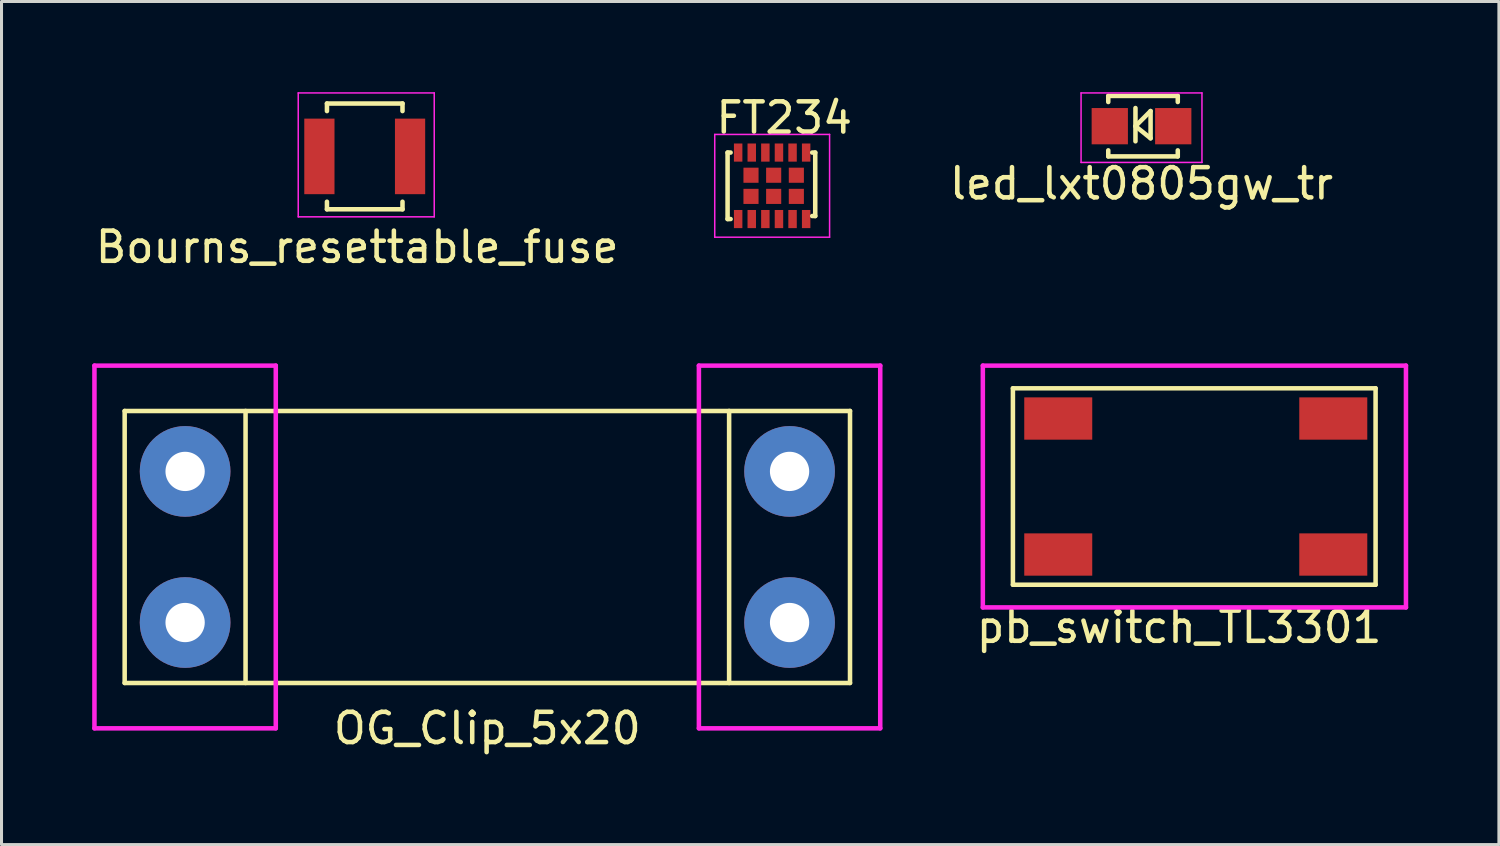
<source format=kicad_pcb>
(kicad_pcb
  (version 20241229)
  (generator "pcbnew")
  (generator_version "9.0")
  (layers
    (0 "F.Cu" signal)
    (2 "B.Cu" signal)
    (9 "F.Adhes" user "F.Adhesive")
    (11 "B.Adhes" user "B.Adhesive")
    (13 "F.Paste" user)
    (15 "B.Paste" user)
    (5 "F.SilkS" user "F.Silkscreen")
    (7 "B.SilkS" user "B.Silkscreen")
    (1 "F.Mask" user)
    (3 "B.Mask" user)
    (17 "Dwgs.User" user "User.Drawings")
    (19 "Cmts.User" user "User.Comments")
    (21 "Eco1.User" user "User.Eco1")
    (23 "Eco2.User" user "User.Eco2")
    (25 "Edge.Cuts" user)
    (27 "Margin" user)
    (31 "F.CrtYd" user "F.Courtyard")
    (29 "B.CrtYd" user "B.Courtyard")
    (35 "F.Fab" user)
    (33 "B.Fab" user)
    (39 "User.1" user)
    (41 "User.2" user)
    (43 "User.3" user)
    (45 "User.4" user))
  (footprint "pb_switch_TL3301"
    (layer "F.Cu")
    (at 36.47 13.048)
    (property "Reference" "pb_switch_TL3301" (at -0.505 4.65 0) (layer "F.SilkS") (effects (font (size 1 1) (thickness 0.15))))
    (attr smd)
    (fp_line (start -6.005 -3.25) (end 5.995 -3.25) (stroke (width 0.15) (type solid)) (layer "F.SilkS"))
    (fp_line (start -6.005 3.25) (end -6.005 -3.25) (stroke (width 0.15) (type solid)) (layer "F.SilkS"))
    (fp_line (start 5.995 -3.25) (end 5.995 3.25) (stroke (width 0.15) (type solid)) (layer "F.SilkS"))
    (fp_line (start 5.995 3.25) (end -6.005 3.25) (stroke (width 0.15) (type solid)) (layer "F.SilkS"))
    (fp_line (start -7 -4) (end 7 -4) (stroke (width 0.15) (type solid)) (layer "F.CrtYd"))
    (fp_line (start -7 4) (end -7 -4) (stroke (width 0.15) (type solid)) (layer "F.CrtYd"))
    (fp_line (start 7 -4) (end 7 4) (stroke (width 0.15) (type solid)) (layer "F.CrtYd"))
    (fp_line (start 7 4) (end -7 4) (stroke (width 0.15) (type solid)) (layer "F.CrtYd"))
    (pad "1" smd rect (at -4.505 2.25) (size 2.25 1.4) (layers "F.Cu" "F.Mask" "F.Paste"))
    (pad "1" smd rect (at 4.595 2.25) (size 2.25 1.4) (layers "F.Cu" "F.Mask" "F.Paste"))
    (pad "2" smd rect (at -4.505 -2.25) (size 2.25 1.4) (layers "F.Cu" "F.Mask" "F.Paste"))
    (pad "2" smd rect (at 4.595 -2.25) (size 2.25 1.4) (layers "F.Cu" "F.Mask" "F.Paste")))
  (footprint "led_lxt0805gw_tr"
    (layer "F.Cu")
    (at 34.72 1.125)
    (property "Reference" "led_lxt0805gw_tr" (at 0 1.9 0) (layer "F.SilkS") (effects (font (size 1 1) (thickness 0.15))))
    (attr through_hole)
    (fp_line (start -1.1 -1) (end 1.2 -1) (stroke (width 0.15) (type solid)) (layer "F.SilkS"))
    (fp_line (start -1.1 -0.8) (end -1.1 -1) (stroke (width 0.15) (type solid)) (layer "F.SilkS"))
    (fp_line (start -1.1 0.8) (end -1.1 1) (stroke (width 0.15) (type solid)) (layer "F.SilkS"))
    (fp_line (start -1.1 1) (end 1.2 1) (stroke (width 0.15) (type solid)) (layer "F.SilkS"))
    (fp_line (start -0.2 -0.6) (end -0.2 0.5) (stroke (width 0.15) (type solid)) (layer "F.SilkS"))
    (fp_line (start -0.2 0) (end 0.3 -0.5) (stroke (width 0.15) (type solid)) (layer "F.SilkS"))
    (fp_line (start 0.3 -0.5) (end 0.3 0.4) (stroke (width 0.15) (type solid)) (layer "F.SilkS"))
    (fp_line (start 0.3 0.4) (end -0.2 0) (stroke (width 0.15) (type solid)) (layer "F.SilkS"))
    (fp_line (start 1.2 -1) (end 1.2 -0.8) (stroke (width 0.15) (type solid)) (layer "F.SilkS"))
    (fp_line (start 1.2 1) (end 1.2 0.8) (stroke (width 0.15) (type solid)) (layer "F.SilkS"))
    (fp_line (start -2 -1.1) (end 2 -1.1) (stroke (width 0.05) (type solid)) (layer "F.CrtYd"))
    (fp_line (start -2 1.2) (end -2 -1.1) (stroke (width 0.05) (type solid)) (layer "F.CrtYd"))
    (fp_line (start -2 1.2) (end 2 1.2) (stroke (width 0.05) (type solid)) (layer "F.CrtYd"))
    (fp_line (start 2 -1.1) (end 2 1.2) (stroke (width 0.05) (type solid)) (layer "F.CrtYd"))
    (pad "1" smd rect (at -1.05 0) (size 1.2 1.2) (layers "F.Cu" "F.Mask" "F.Paste"))
    (pad "2" smd rect (at 1.05 0) (size 1.2 1.2) (layers "F.Cu" "F.Mask" "F.Paste")))
  (footprint "FT234"
    (layer "F.Cu")
    (at 22.499 3.098)
    (property "Reference" "FT234" (at 0.4 -2.25 0) (layer "F.SilkS") (effects (font (size 1 1) (thickness 0.15))))
    (attr through_hole)
    (fp_line (start -1.475 -1.1) (end -1.375 -1.1) (stroke (width 0.15) (type solid)) (layer "F.SilkS"))
    (fp_line (start -1.475 1.1) (end -1.475 -1.1) (stroke (width 0.15) (type solid)) (layer "F.SilkS"))
    (fp_line (start -1.375 1.1) (end -1.475 1.1) (stroke (width 0.15) (type solid)) (layer "F.SilkS"))
    (fp_line (start 1.325 -1.1) (end 1.425 -1.1) (stroke (width 0.15) (type solid)) (layer "F.SilkS"))
    (fp_line (start 1.425 -1.1) (end 1.425 1) (stroke (width 0.15) (type solid)) (layer "F.SilkS"))
    (fp_line (start 1.425 1) (end 1.325 1) (stroke (width 0.15) (type solid)) (layer "F.SilkS"))
    (fp_line (start -1.9 -1.7) (end -1.9 1.7) (stroke (width 0.05) (type solid)) (layer "F.CrtYd"))
    (fp_line (start -1.9 -1.7) (end 1.9 -1.7) (stroke (width 0.05) (type solid)) (layer "F.CrtYd"))
    (fp_line (start 1.9 1.7) (end -1.9 1.7) (stroke (width 0.05) (type solid)) (layer "F.CrtYd"))
    (fp_line (start 1.9 1.7) (end 1.9 -1.7) (stroke (width 0.05) (type solid)) (layer "F.CrtYd"))
    (pad "1" smd rect (at -1.125 1.1) (size 0.28 0.6) (layers "F.Cu" "F.Mask" "F.Paste"))
    (pad "2" smd rect (at -0.675 1.1) (size 0.28 0.6) (layers "F.Cu" "F.Mask" "F.Paste"))
    (pad "3" smd rect (at -0.225 1.1) (size 0.28 0.6) (layers "F.Cu" "F.Mask" "F.Paste"))
    (pad "4" smd rect (at 0.225 1.1) (size 0.28 0.6) (layers "F.Cu" "F.Mask" "F.Paste"))
    (pad "5" smd rect (at 0.675 1.1) (size 0.28 0.6) (layers "F.Cu" "F.Mask" "F.Paste"))
    (pad "6" smd rect (at 1.125 1.1) (size 0.28 0.6) (layers "F.Cu" "F.Mask" "F.Paste"))
    (pad "7" smd rect (at 1.125 -1.1) (size 0.28 0.6) (layers "F.Cu" "F.Mask" "F.Paste"))
    (pad "8" smd rect (at 0.675 -1.1) (size 0.28 0.6) (layers "F.Cu" "F.Mask" "F.Paste"))
    (pad "9" smd rect (at 0.225 -1.1) (size 0.28 0.6) (layers "F.Cu" "F.Mask" "F.Paste"))
    (pad "10" smd rect (at -0.225 -1.1) (size 0.28 0.6) (layers "F.Cu" "F.Mask" "F.Paste"))
    (pad "11" smd rect (at -0.675 -1.1) (size 0.28 0.6) (layers "F.Cu" "F.Mask" "F.Paste"))
    (pad "12" smd rect (at -1.125 -1.1) (size 0.28 0.6) (layers "F.Cu" "F.Mask" "F.Paste"))
    (pad "13" smd rect (at -0.7 -0.35) (size 0.5 0.5) (layers "F.Cu" "F.Mask" "F.Paste"))
    (pad "13" smd rect (at -0.7 0.35) (size 0.5 0.5) (layers "F.Cu" "F.Mask" "F.Paste"))
    (pad "13" smd rect (at 0.05 -0.35) (size 0.5 0.5) (layers "F.Cu" "F.Mask" "F.Paste"))
    (pad "13" smd rect (at 0.05 0.35) (size 0.5 0.5) (layers "F.Cu" "F.Mask" "F.Paste"))
    (pad "13" smd rect (at 0.8 -0.35) (size 0.5 0.5) (layers "F.Cu" "F.Mask" "F.Paste"))
    (pad "13" smd rect (at 0.8 0.35) (size 0.5 0.5) (layers "F.Cu" "F.Mask" "F.Paste")))
  (footprint "OG_Clip_5x20"
    (layer "F.Cu")
    (at 13.075 15.048)
    (property "Reference" "OG_Clip_5x20" (at 0 6 0) (layer "F.SilkS") (effects (font (size 1 1) (thickness 0.15))))
    (attr through_hole)
    (fp_line (start -12 -4.5) (end 12 -4.5) (stroke (width 0.15) (type solid)) (layer "F.SilkS"))
    (fp_line (start -12 4.5) (end -12 -4.5) (stroke (width 0.15) (type solid)) (layer "F.SilkS"))
    (fp_line (start -8 -4.5) (end -8 4.5) (stroke (width 0.15) (type solid)) (layer "F.SilkS"))
    (fp_line (start 8 -4.5) (end 8 4.5) (stroke (width 0.15) (type solid)) (layer "F.SilkS"))
    (fp_line (start 12 -4.5) (end 12 4.5) (stroke (width 0.15) (type solid)) (layer "F.SilkS"))
    (fp_line (start 12 4.5) (end -12 4.5) (stroke (width 0.15) (type solid)) (layer "F.SilkS"))
    (fp_line (start -13 -6) (end -13 6) (stroke (width 0.15) (type solid)) (layer "F.CrtYd"))
    (fp_line (start -13 6) (end -7 6) (stroke (width 0.15) (type solid)) (layer "F.CrtYd"))
    (fp_line (start -7 -6) (end -13 -6) (stroke (width 0.15) (type solid)) (layer "F.CrtYd"))
    (fp_line (start -7 6) (end -7 -6) (stroke (width 0.15) (type solid)) (layer "F.CrtYd"))
    (fp_line (start 7 -6) (end 13 -6) (stroke (width 0.15) (type solid)) (layer "F.CrtYd"))
    (fp_line (start 7 6) (end 7 -6) (stroke (width 0.15) (type solid)) (layer "F.CrtYd"))
    (fp_line (start 13 -6) (end 13 6) (stroke (width 0.15) (type solid)) (layer "F.CrtYd"))
    (fp_line (start 13 6) (end 7 6) (stroke (width 0.15) (type solid)) (layer "F.CrtYd"))
    (pad "1" thru_hole circle (at -10 -2.5) (size 3 3) (drill 1.3) (layers "*.Cu" "*.Mask"))
    (pad "1" thru_hole circle (at -10 2.5) (size 3 3) (drill 1.3) (layers "*.Cu" "*.Mask"))
    (pad "2" thru_hole circle (at 10 -2.5) (size 3 3) (drill 1.3) (layers "*.Cu" "*.Mask"))
    (pad "2" thru_hole circle (at 10 2.5) (size 3 3) (drill 1.3) (layers "*.Cu" "*.Mask")))
  (footprint "Bourns_resettable_fuse"
    (layer "F.Cu")
    (at 7.518 2.125)
    (property "Reference" "Bourns_resettable_fuse" (at 1.25 3 0) (layer "F.SilkS") (effects (font (size 1 1) (thickness 0.15))))
    (attr through_hole)
    (fp_line (start 0.25 -1.75) (end 2.75 -1.75) (stroke (width 0.15) (type solid)) (layer "F.SilkS"))
    (fp_line (start 0.25 -1.5) (end 0.25 -1.75) (stroke (width 0.15) (type solid)) (layer "F.SilkS"))
    (fp_line (start 0.25 1.5) (end 0.25 1.75) (stroke (width 0.15) (type solid)) (layer "F.SilkS"))
    (fp_line (start 0.25 1.75) (end 2.75 1.75) (stroke (width 0.15) (type solid)) (layer "F.SilkS"))
    (fp_line (start 2.75 -1.75) (end 2.75 -1.5) (stroke (width 0.15) (type solid)) (layer "F.SilkS"))
    (fp_line (start 2.75 1.75) (end 2.75 1.5) (stroke (width 0.15) (type solid)) (layer "F.SilkS"))
    (fp_line (start -0.7 -2.1) (end 3.8 -2.1) (stroke (width 0.05) (type solid)) (layer "F.CrtYd"))
    (fp_line (start -0.7 2) (end -0.7 -2.1) (stroke (width 0.05) (type solid)) (layer "F.CrtYd"))
    (fp_line (start 3.8 -2.1) (end 3.8 2) (stroke (width 0.05) (type solid)) (layer "F.CrtYd"))
    (fp_line (start 3.8 2) (end -0.7 2) (stroke (width 0.05) (type solid)) (layer "F.CrtYd"))
    (pad "1" smd rect (at 0 0) (size 1 2.5) (layers "F.Cu" "F.Mask" "F.Paste"))
    (pad "2" smd rect (at 3 0) (size 1 2.5) (layers "F.Cu" "F.Mask" "F.Paste")))
  (gr_rect
    (start -3 -3)
    (end 46.545 24.896)
    (stroke (width 0.1) (type default))
    (fill no)
    (layer "Edge.Cuts")))
</source>
